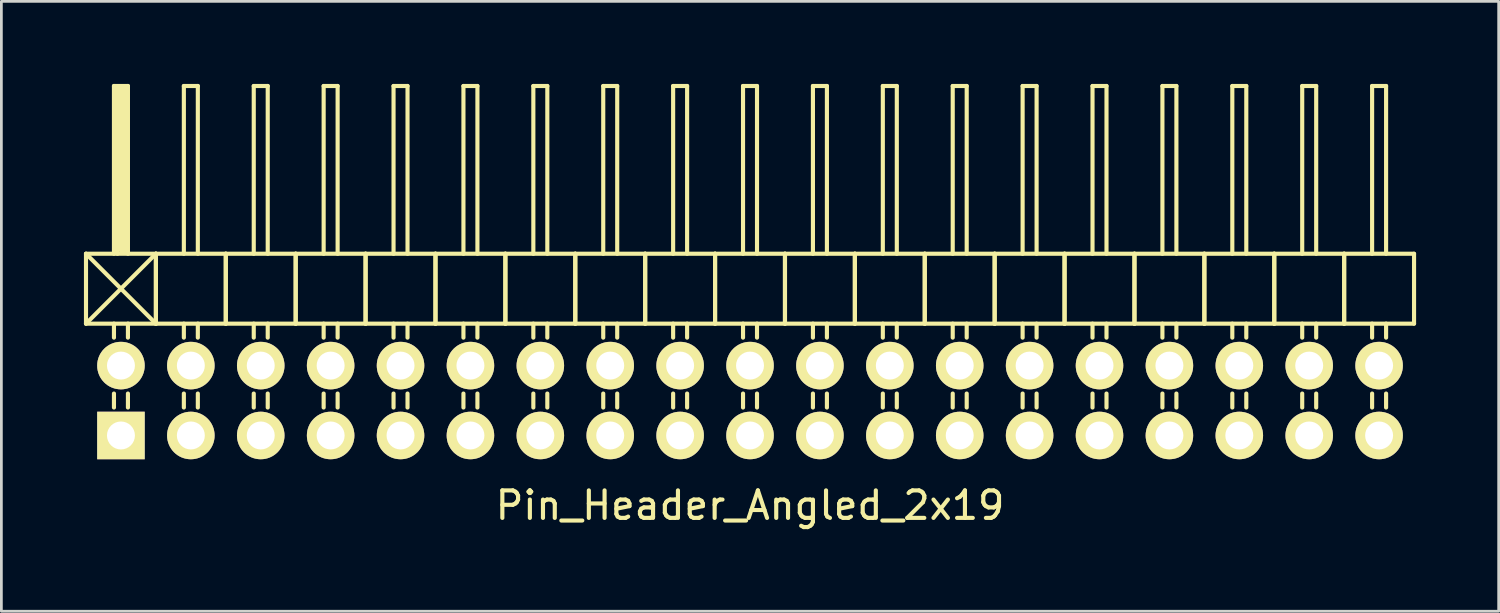
<source format=kicad_pcb>
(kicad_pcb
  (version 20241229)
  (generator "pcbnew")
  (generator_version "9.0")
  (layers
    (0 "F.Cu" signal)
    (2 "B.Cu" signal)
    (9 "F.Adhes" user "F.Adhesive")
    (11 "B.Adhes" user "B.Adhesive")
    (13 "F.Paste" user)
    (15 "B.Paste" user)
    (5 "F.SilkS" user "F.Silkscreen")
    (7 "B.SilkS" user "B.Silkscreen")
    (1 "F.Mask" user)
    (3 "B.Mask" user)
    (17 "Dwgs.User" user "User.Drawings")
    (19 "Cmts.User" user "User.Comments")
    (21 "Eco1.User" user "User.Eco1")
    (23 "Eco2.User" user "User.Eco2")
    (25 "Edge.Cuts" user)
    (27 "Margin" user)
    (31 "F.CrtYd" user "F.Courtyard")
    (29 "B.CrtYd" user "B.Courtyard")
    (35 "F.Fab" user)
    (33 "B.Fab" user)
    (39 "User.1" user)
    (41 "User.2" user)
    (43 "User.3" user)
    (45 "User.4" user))
  (footprint "Pin_Header_Angled_2x19"
    (layer "F.Cu")
    (at 24.205 11.505)
    (property "Reference" "Pin_Header_Angled_2x19" (at 0 3.81 0) (layer "F.SilkS") (effects (font (size 1 1) (thickness 0.15))))
    (attr through_hole)
    (fp_line (start -24.13 -5.334) (end -21.59 -2.794) (stroke (width 0.15) (type solid)) (layer "F.SilkS"))
    (fp_line (start -24.13 -2.794) (end -24.13 -5.334) (stroke (width 0.15) (type solid)) (layer "F.SilkS"))
    (fp_line (start -24.13 -2.794) (end -21.59 -5.334) (stroke (width 0.15) (type solid)) (layer "F.SilkS"))
    (fp_line (start -24.13 -2.794) (end -21.59 -2.794) (stroke (width 0.15) (type solid)) (layer "F.SilkS"))
    (fp_line (start -23.114 -11.43) (end -22.606 -11.43) (stroke (width 0.15) (type solid)) (layer "F.SilkS"))
    (fp_line (start -23.114 -5.334) (end -23.114 -11.43) (stroke (width 0.15) (type solid)) (layer "F.SilkS"))
    (fp_line (start -23.114 -2.794) (end -23.114 -2.286) (stroke (width 0.15) (type solid)) (layer "F.SilkS"))
    (fp_line (start -23.114 -0.254) (end -23.114 0.254) (stroke (width 0.15) (type solid)) (layer "F.SilkS"))
    (fp_line (start -22.987 -11.303) (end -22.733 -11.303) (stroke (width 0.15) (type solid)) (layer "F.SilkS"))
    (fp_line (start -22.987 -5.334) (end -22.987 -11.303) (stroke (width 0.15) (type solid)) (layer "F.SilkS"))
    (fp_line (start -22.86 -5.461) (end -22.86 -11.303) (stroke (width 0.15) (type solid)) (layer "F.SilkS"))
    (fp_line (start -22.733 -11.303) (end -22.733 -5.461) (stroke (width 0.15) (type solid)) (layer "F.SilkS"))
    (fp_line (start -22.733 -5.461) (end -22.86 -5.461) (stroke (width 0.15) (type solid)) (layer "F.SilkS"))
    (fp_line (start -22.606 -11.43) (end -22.606 -5.334) (stroke (width 0.15) (type solid)) (layer "F.SilkS"))
    (fp_line (start -22.606 -2.794) (end -22.606 -2.286) (stroke (width 0.15) (type solid)) (layer "F.SilkS"))
    (fp_line (start -22.606 -0.254) (end -22.606 0.254) (stroke (width 0.15) (type solid)) (layer "F.SilkS"))
    (fp_line (start -21.59 -5.334) (end -24.13 -5.334) (stroke (width 0.15) (type solid)) (layer "F.SilkS"))
    (fp_line (start -21.59 -2.794) (end -21.59 -5.334) (stroke (width 0.15) (type solid)) (layer "F.SilkS"))
    (fp_line (start -21.59 -2.794) (end -21.59 -5.334) (stroke (width 0.15) (type solid)) (layer "F.SilkS"))
    (fp_line (start -21.59 -2.794) (end -19.05 -2.794) (stroke (width 0.15) (type solid)) (layer "F.SilkS"))
    (fp_line (start -20.574 -11.43) (end -20.066 -11.43) (stroke (width 0.15) (type solid)) (layer "F.SilkS"))
    (fp_line (start -20.574 -5.334) (end -20.574 -11.43) (stroke (width 0.15) (type solid)) (layer "F.SilkS"))
    (fp_line (start -20.574 -2.794) (end -20.574 -2.286) (stroke (width 0.15) (type solid)) (layer "F.SilkS"))
    (fp_line (start -20.574 -0.254) (end -20.574 0.254) (stroke (width 0.15) (type solid)) (layer "F.SilkS"))
    (fp_line (start -20.066 -11.43) (end -20.066 -5.334) (stroke (width 0.15) (type solid)) (layer "F.SilkS"))
    (fp_line (start -20.066 -2.794) (end -20.066 -2.286) (stroke (width 0.15) (type solid)) (layer "F.SilkS"))
    (fp_line (start -20.066 -0.254) (end -20.066 0.254) (stroke (width 0.15) (type solid)) (layer "F.SilkS"))
    (fp_line (start -19.05 -5.334) (end -21.59 -5.334) (stroke (width 0.15) (type solid)) (layer "F.SilkS"))
    (fp_line (start -19.05 -2.794) (end -19.05 -5.334) (stroke (width 0.15) (type solid)) (layer "F.SilkS"))
    (fp_line (start -19.05 -2.794) (end -19.05 -5.334) (stroke (width 0.15) (type solid)) (layer "F.SilkS"))
    (fp_line (start -19.05 -2.794) (end -16.51 -2.794) (stroke (width 0.15) (type solid)) (layer "F.SilkS"))
    (fp_line (start -18.034 -11.43) (end -17.526 -11.43) (stroke (width 0.15) (type solid)) (layer "F.SilkS"))
    (fp_line (start -18.034 -5.334) (end -18.034 -11.43) (stroke (width 0.15) (type solid)) (layer "F.SilkS"))
    (fp_line (start -18.034 -2.794) (end -18.034 -2.286) (stroke (width 0.15) (type solid)) (layer "F.SilkS"))
    (fp_line (start -18.034 -0.254) (end -18.034 0.254) (stroke (width 0.15) (type solid)) (layer "F.SilkS"))
    (fp_line (start -17.526 -11.43) (end -17.526 -5.334) (stroke (width 0.15) (type solid)) (layer "F.SilkS"))
    (fp_line (start -17.526 -2.794) (end -17.526 -2.286) (stroke (width 0.15) (type solid)) (layer "F.SilkS"))
    (fp_line (start -17.526 -0.254) (end -17.526 0.254) (stroke (width 0.15) (type solid)) (layer "F.SilkS"))
    (fp_line (start -16.51 -5.334) (end -19.05 -5.334) (stroke (width 0.15) (type solid)) (layer "F.SilkS"))
    (fp_line (start -16.51 -2.794) (end -16.51 -5.334) (stroke (width 0.15) (type solid)) (layer "F.SilkS"))
    (fp_line (start -16.51 -2.794) (end -16.51 -5.334) (stroke (width 0.15) (type solid)) (layer "F.SilkS"))
    (fp_line (start -16.51 -2.794) (end -13.97 -2.794) (stroke (width 0.15) (type solid)) (layer "F.SilkS"))
    (fp_line (start -15.494 -11.43) (end -14.986 -11.43) (stroke (width 0.15) (type solid)) (layer "F.SilkS"))
    (fp_line (start -15.494 -5.334) (end -15.494 -11.43) (stroke (width 0.15) (type solid)) (layer "F.SilkS"))
    (fp_line (start -15.494 -2.794) (end -15.494 -2.286) (stroke (width 0.15) (type solid)) (layer "F.SilkS"))
    (fp_line (start -15.494 -0.254) (end -15.494 0.254) (stroke (width 0.15) (type solid)) (layer "F.SilkS"))
    (fp_line (start -14.986 -11.43) (end -14.986 -5.334) (stroke (width 0.15) (type solid)) (layer "F.SilkS"))
    (fp_line (start -14.986 -2.794) (end -14.986 -2.286) (stroke (width 0.15) (type solid)) (layer "F.SilkS"))
    (fp_line (start -14.986 -0.254) (end -14.986 0.254) (stroke (width 0.15) (type solid)) (layer "F.SilkS"))
    (fp_line (start -13.97 -5.334) (end -16.51 -5.334) (stroke (width 0.15) (type solid)) (layer "F.SilkS"))
    (fp_line (start -13.97 -2.794) (end -13.97 -5.334) (stroke (width 0.15) (type solid)) (layer "F.SilkS"))
    (fp_line (start -13.97 -2.794) (end -13.97 -5.334) (stroke (width 0.15) (type solid)) (layer "F.SilkS"))
    (fp_line (start -13.97 -2.794) (end -11.43 -2.794) (stroke (width 0.15) (type solid)) (layer "F.SilkS"))
    (fp_line (start -12.954 -11.43) (end -12.446 -11.43) (stroke (width 0.15) (type solid)) (layer "F.SilkS"))
    (fp_line (start -12.954 -5.334) (end -12.954 -11.43) (stroke (width 0.15) (type solid)) (layer "F.SilkS"))
    (fp_line (start -12.954 -2.794) (end -12.954 -2.286) (stroke (width 0.15) (type solid)) (layer "F.SilkS"))
    (fp_line (start -12.954 -0.254) (end -12.954 0.254) (stroke (width 0.15) (type solid)) (layer "F.SilkS"))
    (fp_line (start -12.446 -11.43) (end -12.446 -5.334) (stroke (width 0.15) (type solid)) (layer "F.SilkS"))
    (fp_line (start -12.446 -2.794) (end -12.446 -2.286) (stroke (width 0.15) (type solid)) (layer "F.SilkS"))
    (fp_line (start -12.446 -0.254) (end -12.446 0.254) (stroke (width 0.15) (type solid)) (layer "F.SilkS"))
    (fp_line (start -11.43 -5.334) (end -13.97 -5.334) (stroke (width 0.15) (type solid)) (layer "F.SilkS"))
    (fp_line (start -11.43 -2.794) (end -11.43 -5.334) (stroke (width 0.15) (type solid)) (layer "F.SilkS"))
    (fp_line (start -11.43 -2.794) (end -11.43 -5.334) (stroke (width 0.15) (type solid)) (layer "F.SilkS"))
    (fp_line (start -11.43 -2.794) (end -8.89 -2.794) (stroke (width 0.15) (type solid)) (layer "F.SilkS"))
    (fp_line (start -10.414 -11.43) (end -9.906 -11.43) (stroke (width 0.15) (type solid)) (layer "F.SilkS"))
    (fp_line (start -10.414 -5.334) (end -10.414 -11.43) (stroke (width 0.15) (type solid)) (layer "F.SilkS"))
    (fp_line (start -10.414 -2.794) (end -10.414 -2.286) (stroke (width 0.15) (type solid)) (layer "F.SilkS"))
    (fp_line (start -10.414 -0.254) (end -10.414 0.254) (stroke (width 0.15) (type solid)) (layer "F.SilkS"))
    (fp_line (start -9.906 -11.43) (end -9.906 -5.334) (stroke (width 0.15) (type solid)) (layer "F.SilkS"))
    (fp_line (start -9.906 -2.794) (end -9.906 -2.286) (stroke (width 0.15) (type solid)) (layer "F.SilkS"))
    (fp_line (start -9.906 -0.254) (end -9.906 0.254) (stroke (width 0.15) (type solid)) (layer "F.SilkS"))
    (fp_line (start -8.89 -5.334) (end -11.43 -5.334) (stroke (width 0.15) (type solid)) (layer "F.SilkS"))
    (fp_line (start -8.89 -2.794) (end -8.89 -5.334) (stroke (width 0.15) (type solid)) (layer "F.SilkS"))
    (fp_line (start -8.89 -2.794) (end -8.89 -5.334) (stroke (width 0.15) (type solid)) (layer "F.SilkS"))
    (fp_line (start -8.89 -2.794) (end -6.35 -2.794) (stroke (width 0.15) (type solid)) (layer "F.SilkS"))
    (fp_line (start -7.874 -11.43) (end -7.366 -11.43) (stroke (width 0.15) (type solid)) (layer "F.SilkS"))
    (fp_line (start -7.874 -5.334) (end -7.874 -11.43) (stroke (width 0.15) (type solid)) (layer "F.SilkS"))
    (fp_line (start -7.874 -2.794) (end -7.874 -2.286) (stroke (width 0.15) (type solid)) (layer "F.SilkS"))
    (fp_line (start -7.874 -0.254) (end -7.874 0.254) (stroke (width 0.15) (type solid)) (layer "F.SilkS"))
    (fp_line (start -7.366 -11.43) (end -7.366 -5.334) (stroke (width 0.15) (type solid)) (layer "F.SilkS"))
    (fp_line (start -7.366 -2.794) (end -7.366 -2.286) (stroke (width 0.15) (type solid)) (layer "F.SilkS"))
    (fp_line (start -7.366 -0.254) (end -7.366 0.254) (stroke (width 0.15) (type solid)) (layer "F.SilkS"))
    (fp_line (start -6.35 -5.334) (end -8.89 -5.334) (stroke (width 0.15) (type solid)) (layer "F.SilkS"))
    (fp_line (start -6.35 -2.794) (end -6.35 -5.334) (stroke (width 0.15) (type solid)) (layer "F.SilkS"))
    (fp_line (start -6.35 -2.794) (end -6.35 -5.334) (stroke (width 0.15) (type solid)) (layer "F.SilkS"))
    (fp_line (start -6.35 -2.794) (end -3.81 -2.794) (stroke (width 0.15) (type solid)) (layer "F.SilkS"))
    (fp_line (start -5.334 -11.43) (end -4.826 -11.43) (stroke (width 0.15) (type solid)) (layer "F.SilkS"))
    (fp_line (start -5.334 -5.334) (end -5.334 -11.43) (stroke (width 0.15) (type solid)) (layer "F.SilkS"))
    (fp_line (start -5.334 -2.794) (end -5.334 -2.286) (stroke (width 0.15) (type solid)) (layer "F.SilkS"))
    (fp_line (start -5.334 -0.254) (end -5.334 0.254) (stroke (width 0.15) (type solid)) (layer "F.SilkS"))
    (fp_line (start -4.826 -11.43) (end -4.826 -5.334) (stroke (width 0.15) (type solid)) (layer "F.SilkS"))
    (fp_line (start -4.826 -2.794) (end -4.826 -2.286) (stroke (width 0.15) (type solid)) (layer "F.SilkS"))
    (fp_line (start -4.826 -0.254) (end -4.826 0.254) (stroke (width 0.15) (type solid)) (layer "F.SilkS"))
    (fp_line (start -3.81 -5.334) (end -6.35 -5.334) (stroke (width 0.15) (type solid)) (layer "F.SilkS"))
    (fp_line (start -3.81 -2.794) (end -3.81 -5.334) (stroke (width 0.15) (type solid)) (layer "F.SilkS"))
    (fp_line (start -3.81 -2.794) (end -3.81 -5.334) (stroke (width 0.15) (type solid)) (layer "F.SilkS"))
    (fp_line (start -3.81 -2.794) (end -1.27 -2.794) (stroke (width 0.15) (type solid)) (layer "F.SilkS"))
    (fp_line (start -2.794 -11.43) (end -2.286 -11.43) (stroke (width 0.15) (type solid)) (layer "F.SilkS"))
    (fp_line (start -2.794 -5.334) (end -2.794 -11.43) (stroke (width 0.15) (type solid)) (layer "F.SilkS"))
    (fp_line (start -2.794 -2.794) (end -2.794 -2.286) (stroke (width 0.15) (type solid)) (layer "F.SilkS"))
    (fp_line (start -2.794 -0.254) (end -2.794 0.254) (stroke (width 0.15) (type solid)) (layer "F.SilkS"))
    (fp_line (start -2.286 -11.43) (end -2.286 -5.334) (stroke (width 0.15) (type solid)) (layer "F.SilkS"))
    (fp_line (start -2.286 -2.794) (end -2.286 -2.286) (stroke (width 0.15) (type solid)) (layer "F.SilkS"))
    (fp_line (start -2.286 -0.254) (end -2.286 0.254) (stroke (width 0.15) (type solid)) (layer "F.SilkS"))
    (fp_line (start -1.27 -5.334) (end -3.81 -5.334) (stroke (width 0.15) (type solid)) (layer "F.SilkS"))
    (fp_line (start -1.27 -2.794) (end -1.27 -5.334) (stroke (width 0.15) (type solid)) (layer "F.SilkS"))
    (fp_line (start -1.27 -2.794) (end -1.27 -5.334) (stroke (width 0.15) (type solid)) (layer "F.SilkS"))
    (fp_line (start -1.27 -2.794) (end 1.27 -2.794) (stroke (width 0.15) (type solid)) (layer "F.SilkS"))
    (fp_line (start -0.254 -11.43) (end 0.254 -11.43) (stroke (width 0.15) (type solid)) (layer "F.SilkS"))
    (fp_line (start -0.254 -5.334) (end -0.254 -11.43) (stroke (width 0.15) (type solid)) (layer "F.SilkS"))
    (fp_line (start -0.254 -2.794) (end -0.254 -2.286) (stroke (width 0.15) (type solid)) (layer "F.SilkS"))
    (fp_line (start -0.254 -0.254) (end -0.254 0.254) (stroke (width 0.15) (type solid)) (layer "F.SilkS"))
    (fp_line (start 0.254 -11.43) (end 0.254 -5.334) (stroke (width 0.15) (type solid)) (layer "F.SilkS"))
    (fp_line (start 0.254 -2.794) (end 0.254 -2.286) (stroke (width 0.15) (type solid)) (layer "F.SilkS"))
    (fp_line (start 0.254 -0.254) (end 0.254 0.254) (stroke (width 0.15) (type solid)) (layer "F.SilkS"))
    (fp_line (start 1.27 -5.334) (end -1.27 -5.334) (stroke (width 0.15) (type solid)) (layer "F.SilkS"))
    (fp_line (start 1.27 -2.794) (end 1.27 -5.334) (stroke (width 0.15) (type solid)) (layer "F.SilkS"))
    (fp_line (start 1.27 -2.794) (end 1.27 -5.334) (stroke (width 0.15) (type solid)) (layer "F.SilkS"))
    (fp_line (start 1.27 -2.794) (end 3.81 -2.794) (stroke (width 0.15) (type solid)) (layer "F.SilkS"))
    (fp_line (start 2.286 -11.43) (end 2.794 -11.43) (stroke (width 0.15) (type solid)) (layer "F.SilkS"))
    (fp_line (start 2.286 -5.334) (end 2.286 -11.43) (stroke (width 0.15) (type solid)) (layer "F.SilkS"))
    (fp_line (start 2.286 -2.794) (end 2.286 -2.286) (stroke (width 0.15) (type solid)) (layer "F.SilkS"))
    (fp_line (start 2.286 -0.254) (end 2.286 0.254) (stroke (width 0.15) (type solid)) (layer "F.SilkS"))
    (fp_line (start 2.794 -11.43) (end 2.794 -5.334) (stroke (width 0.15) (type solid)) (layer "F.SilkS"))
    (fp_line (start 2.794 -2.794) (end 2.794 -2.286) (stroke (width 0.15) (type solid)) (layer "F.SilkS"))
    (fp_line (start 2.794 -0.254) (end 2.794 0.254) (stroke (width 0.15) (type solid)) (layer "F.SilkS"))
    (fp_line (start 3.81 -5.334) (end 1.27 -5.334) (stroke (width 0.15) (type solid)) (layer "F.SilkS"))
    (fp_line (start 3.81 -2.794) (end 3.81 -5.334) (stroke (width 0.15) (type solid)) (layer "F.SilkS"))
    (fp_line (start 3.81 -2.794) (end 3.81 -5.334) (stroke (width 0.15) (type solid)) (layer "F.SilkS"))
    (fp_line (start 3.81 -2.794) (end 6.35 -2.794) (stroke (width 0.15) (type solid)) (layer "F.SilkS"))
    (fp_line (start 4.826 -11.43) (end 5.334 -11.43) (stroke (width 0.15) (type solid)) (layer "F.SilkS"))
    (fp_line (start 4.826 -5.334) (end 4.826 -11.43) (stroke (width 0.15) (type solid)) (layer "F.SilkS"))
    (fp_line (start 4.826 -2.794) (end 4.826 -2.286) (stroke (width 0.15) (type solid)) (layer "F.SilkS"))
    (fp_line (start 4.826 -0.254) (end 4.826 0.254) (stroke (width 0.15) (type solid)) (layer "F.SilkS"))
    (fp_line (start 5.334 -11.43) (end 5.334 -5.334) (stroke (width 0.15) (type solid)) (layer "F.SilkS"))
    (fp_line (start 5.334 -2.794) (end 5.334 -2.286) (stroke (width 0.15) (type solid)) (layer "F.SilkS"))
    (fp_line (start 5.334 -0.254) (end 5.334 0.254) (stroke (width 0.15) (type solid)) (layer "F.SilkS"))
    (fp_line (start 6.35 -5.334) (end 3.81 -5.334) (stroke (width 0.15) (type solid)) (layer "F.SilkS"))
    (fp_line (start 6.35 -2.794) (end 6.35 -5.334) (stroke (width 0.15) (type solid)) (layer "F.SilkS"))
    (fp_line (start 6.35 -2.794) (end 6.35 -5.334) (stroke (width 0.15) (type solid)) (layer "F.SilkS"))
    (fp_line (start 6.35 -2.794) (end 8.89 -2.794) (stroke (width 0.15) (type solid)) (layer "F.SilkS"))
    (fp_line (start 7.366 -11.43) (end 7.874 -11.43) (stroke (width 0.15) (type solid)) (layer "F.SilkS"))
    (fp_line (start 7.366 -5.334) (end 7.366 -11.43) (stroke (width 0.15) (type solid)) (layer "F.SilkS"))
    (fp_line (start 7.366 -2.794) (end 7.366 -2.286) (stroke (width 0.15) (type solid)) (layer "F.SilkS"))
    (fp_line (start 7.366 -0.254) (end 7.366 0.254) (stroke (width 0.15) (type solid)) (layer "F.SilkS"))
    (fp_line (start 7.874 -11.43) (end 7.874 -5.334) (stroke (width 0.15) (type solid)) (layer "F.SilkS"))
    (fp_line (start 7.874 -2.794) (end 7.874 -2.286) (stroke (width 0.15) (type solid)) (layer "F.SilkS"))
    (fp_line (start 7.874 -0.254) (end 7.874 0.254) (stroke (width 0.15) (type solid)) (layer "F.SilkS"))
    (fp_line (start 8.89 -5.334) (end 6.35 -5.334) (stroke (width 0.15) (type solid)) (layer "F.SilkS"))
    (fp_line (start 8.89 -2.794) (end 8.89 -5.334) (stroke (width 0.15) (type solid)) (layer "F.SilkS"))
    (fp_line (start 8.89 -2.794) (end 8.89 -5.334) (stroke (width 0.15) (type solid)) (layer "F.SilkS"))
    (fp_line (start 8.89 -2.794) (end 11.43 -2.794) (stroke (width 0.15) (type solid)) (layer "F.SilkS"))
    (fp_line (start 9.906 -11.43) (end 10.414 -11.43) (stroke (width 0.15) (type solid)) (layer "F.SilkS"))
    (fp_line (start 9.906 -5.334) (end 9.906 -11.43) (stroke (width 0.15) (type solid)) (layer "F.SilkS"))
    (fp_line (start 9.906 -2.794) (end 9.906 -2.286) (stroke (width 0.15) (type solid)) (layer "F.SilkS"))
    (fp_line (start 9.906 -0.254) (end 9.906 0.254) (stroke (width 0.15) (type solid)) (layer "F.SilkS"))
    (fp_line (start 10.414 -11.43) (end 10.414 -5.334) (stroke (width 0.15) (type solid)) (layer "F.SilkS"))
    (fp_line (start 10.414 -2.794) (end 10.414 -2.286) (stroke (width 0.15) (type solid)) (layer "F.SilkS"))
    (fp_line (start 10.414 -0.254) (end 10.414 0.254) (stroke (width 0.15) (type solid)) (layer "F.SilkS"))
    (fp_line (start 11.43 -5.334) (end 8.89 -5.334) (stroke (width 0.15) (type solid)) (layer "F.SilkS"))
    (fp_line (start 11.43 -2.794) (end 11.43 -5.334) (stroke (width 0.15) (type solid)) (layer "F.SilkS"))
    (fp_line (start 11.43 -2.794) (end 11.43 -5.334) (stroke (width 0.15) (type solid)) (layer "F.SilkS"))
    (fp_line (start 11.43 -2.794) (end 13.97 -2.794) (stroke (width 0.15) (type solid)) (layer "F.SilkS"))
    (fp_line (start 12.446 -11.43) (end 12.954 -11.43) (stroke (width 0.15) (type solid)) (layer "F.SilkS"))
    (fp_line (start 12.446 -5.334) (end 12.446 -11.43) (stroke (width 0.15) (type solid)) (layer "F.SilkS"))
    (fp_line (start 12.446 -2.794) (end 12.446 -2.286) (stroke (width 0.15) (type solid)) (layer "F.SilkS"))
    (fp_line (start 12.446 -0.254) (end 12.446 0.254) (stroke (width 0.15) (type solid)) (layer "F.SilkS"))
    (fp_line (start 12.954 -11.43) (end 12.954 -5.334) (stroke (width 0.15) (type solid)) (layer "F.SilkS"))
    (fp_line (start 12.954 -2.794) (end 12.954 -2.286) (stroke (width 0.15) (type solid)) (layer "F.SilkS"))
    (fp_line (start 12.954 -0.254) (end 12.954 0.254) (stroke (width 0.15) (type solid)) (layer "F.SilkS"))
    (fp_line (start 13.97 -5.334) (end 11.43 -5.334) (stroke (width 0.15) (type solid)) (layer "F.SilkS"))
    (fp_line (start 13.97 -2.794) (end 13.97 -5.334) (stroke (width 0.15) (type solid)) (layer "F.SilkS"))
    (fp_line (start 13.97 -2.794) (end 13.97 -5.334) (stroke (width 0.15) (type solid)) (layer "F.SilkS"))
    (fp_line (start 13.97 -2.794) (end 16.51 -2.794) (stroke (width 0.15) (type solid)) (layer "F.SilkS"))
    (fp_line (start 14.986 -11.43) (end 15.494 -11.43) (stroke (width 0.15) (type solid)) (layer "F.SilkS"))
    (fp_line (start 14.986 -5.334) (end 14.986 -11.43) (stroke (width 0.15) (type solid)) (layer "F.SilkS"))
    (fp_line (start 14.986 -2.794) (end 14.986 -2.286) (stroke (width 0.15) (type solid)) (layer "F.SilkS"))
    (fp_line (start 14.986 -0.254) (end 14.986 0.254) (stroke (width 0.15) (type solid)) (layer "F.SilkS"))
    (fp_line (start 15.494 -11.43) (end 15.494 -5.334) (stroke (width 0.15) (type solid)) (layer "F.SilkS"))
    (fp_line (start 15.494 -2.794) (end 15.494 -2.286) (stroke (width 0.15) (type solid)) (layer "F.SilkS"))
    (fp_line (start 15.494 -0.254) (end 15.494 0.254) (stroke (width 0.15) (type solid)) (layer "F.SilkS"))
    (fp_line (start 16.51 -5.334) (end 13.97 -5.334) (stroke (width 0.15) (type solid)) (layer "F.SilkS"))
    (fp_line (start 16.51 -2.794) (end 16.51 -5.334) (stroke (width 0.15) (type solid)) (layer "F.SilkS"))
    (fp_line (start 16.51 -2.794) (end 16.51 -5.334) (stroke (width 0.15) (type solid)) (layer "F.SilkS"))
    (fp_line (start 16.51 -2.794) (end 19.05 -2.794) (stroke (width 0.15) (type solid)) (layer "F.SilkS"))
    (fp_line (start 17.526 -11.43) (end 18.034 -11.43) (stroke (width 0.15) (type solid)) (layer "F.SilkS"))
    (fp_line (start 17.526 -5.334) (end 17.526 -11.43) (stroke (width 0.15) (type solid)) (layer "F.SilkS"))
    (fp_line (start 17.526 -2.794) (end 17.526 -2.286) (stroke (width 0.15) (type solid)) (layer "F.SilkS"))
    (fp_line (start 17.526 -0.254) (end 17.526 0.254) (stroke (width 0.15) (type solid)) (layer "F.SilkS"))
    (fp_line (start 18.034 -11.43) (end 18.034 -5.334) (stroke (width 0.15) (type solid)) (layer "F.SilkS"))
    (fp_line (start 18.034 -2.794) (end 18.034 -2.286) (stroke (width 0.15) (type solid)) (layer "F.SilkS"))
    (fp_line (start 18.034 -0.254) (end 18.034 0.254) (stroke (width 0.15) (type solid)) (layer "F.SilkS"))
    (fp_line (start 19.05 -5.334) (end 16.51 -5.334) (stroke (width 0.15) (type solid)) (layer "F.SilkS"))
    (fp_line (start 19.05 -2.794) (end 19.05 -5.334) (stroke (width 0.15) (type solid)) (layer "F.SilkS"))
    (fp_line (start 19.05 -2.794) (end 19.05 -5.334) (stroke (width 0.15) (type solid)) (layer "F.SilkS"))
    (fp_line (start 19.05 -2.794) (end 21.59 -2.794) (stroke (width 0.15) (type solid)) (layer "F.SilkS"))
    (fp_line (start 20.066 -11.43) (end 20.574 -11.43) (stroke (width 0.15) (type solid)) (layer "F.SilkS"))
    (fp_line (start 20.066 -5.334) (end 20.066 -11.43) (stroke (width 0.15) (type solid)) (layer "F.SilkS"))
    (fp_line (start 20.066 -2.794) (end 20.066 -2.286) (stroke (width 0.15) (type solid)) (layer "F.SilkS"))
    (fp_line (start 20.066 -0.254) (end 20.066 0.254) (stroke (width 0.15) (type solid)) (layer "F.SilkS"))
    (fp_line (start 20.574 -11.43) (end 20.574 -5.334) (stroke (width 0.15) (type solid)) (layer "F.SilkS"))
    (fp_line (start 20.574 -2.794) (end 20.574 -2.286) (stroke (width 0.15) (type solid)) (layer "F.SilkS"))
    (fp_line (start 20.574 -0.254) (end 20.574 0.254) (stroke (width 0.15) (type solid)) (layer "F.SilkS"))
    (fp_line (start 21.59 -5.334) (end 19.05 -5.334) (stroke (width 0.15) (type solid)) (layer "F.SilkS"))
    (fp_line (start 21.59 -2.794) (end 21.59 -5.334) (stroke (width 0.15) (type solid)) (layer "F.SilkS"))
    (fp_line (start 21.59 -2.794) (end 21.59 -5.334) (stroke (width 0.15) (type solid)) (layer "F.SilkS"))
    (fp_line (start 21.59 -2.794) (end 24.13 -2.794) (stroke (width 0.15) (type solid)) (layer "F.SilkS"))
    (fp_line (start 22.606 -11.43) (end 23.114 -11.43) (stroke (width 0.15) (type solid)) (layer "F.SilkS"))
    (fp_line (start 22.606 -5.334) (end 22.606 -11.43) (stroke (width 0.15) (type solid)) (layer "F.SilkS"))
    (fp_line (start 22.606 -2.794) (end 22.606 -2.286) (stroke (width 0.15) (type solid)) (layer "F.SilkS"))
    (fp_line (start 22.606 -0.254) (end 22.606 0.254) (stroke (width 0.15) (type solid)) (layer "F.SilkS"))
    (fp_line (start 23.114 -11.43) (end 23.114 -5.334) (stroke (width 0.15) (type solid)) (layer "F.SilkS"))
    (fp_line (start 23.114 -2.794) (end 23.114 -2.286) (stroke (width 0.15) (type solid)) (layer "F.SilkS"))
    (fp_line (start 23.114 -0.254) (end 23.114 0.254) (stroke (width 0.15) (type solid)) (layer "F.SilkS"))
    (fp_line (start 24.13 -5.334) (end 21.59 -5.334) (stroke (width 0.15) (type solid)) (layer "F.SilkS"))
    (fp_line (start 24.13 -2.794) (end 24.13 -5.334) (stroke (width 0.15) (type solid)) (layer "F.SilkS"))
    (pad "1" thru_hole rect (at -22.86 1.27) (size 1.727 1.727) (drill 1.016) (layers "*.Cu" "*.Mask" "F.SilkS"))
    (pad "2" thru_hole oval (at -22.86 -1.27) (size 1.727 1.727) (drill 1.016) (layers "*.Cu" "*.Mask" "F.SilkS"))
    (pad "3" thru_hole oval (at -20.32 1.27) (size 1.727 1.727) (drill 1.016) (layers "*.Cu" "*.Mask" "F.SilkS"))
    (pad "4" thru_hole oval (at -20.32 -1.27) (size 1.727 1.727) (drill 1.016) (layers "*.Cu" "*.Mask" "F.SilkS"))
    (pad "5" thru_hole oval (at -17.78 1.27) (size 1.727 1.727) (drill 1.016) (layers "*.Cu" "*.Mask" "F.SilkS"))
    (pad "6" thru_hole oval (at -17.78 -1.27) (size 1.727 1.727) (drill 1.016) (layers "*.Cu" "*.Mask" "F.SilkS"))
    (pad "7" thru_hole oval (at -15.24 1.27) (size 1.727 1.727) (drill 1.016) (layers "*.Cu" "*.Mask" "F.SilkS"))
    (pad "8" thru_hole oval (at -15.24 -1.27) (size 1.727 1.727) (drill 1.016) (layers "*.Cu" "*.Mask" "F.SilkS"))
    (pad "9" thru_hole oval (at -12.7 1.27) (size 1.727 1.727) (drill 1.016) (layers "*.Cu" "*.Mask" "F.SilkS"))
    (pad "10" thru_hole oval (at -12.7 -1.27) (size 1.727 1.727) (drill 1.016) (layers "*.Cu" "*.Mask" "F.SilkS"))
    (pad "11" thru_hole oval (at -10.16 1.27) (size 1.727 1.727) (drill 1.016) (layers "*.Cu" "*.Mask" "F.SilkS"))
    (pad "12" thru_hole oval (at -10.16 -1.27) (size 1.727 1.727) (drill 1.016) (layers "*.Cu" "*.Mask" "F.SilkS"))
    (pad "13" thru_hole oval (at -7.62 1.27) (size 1.727 1.727) (drill 1.016) (layers "*.Cu" "*.Mask" "F.SilkS"))
    (pad "14" thru_hole oval (at -7.62 -1.27) (size 1.727 1.727) (drill 1.016) (layers "*.Cu" "*.Mask" "F.SilkS"))
    (pad "15" thru_hole oval (at -5.08 1.27) (size 1.727 1.727) (drill 1.016) (layers "*.Cu" "*.Mask" "F.SilkS"))
    (pad "16" thru_hole oval (at -5.08 -1.27) (size 1.727 1.727) (drill 1.016) (layers "*.Cu" "*.Mask" "F.SilkS"))
    (pad "17" thru_hole oval (at -2.54 1.27) (size 1.727 1.727) (drill 1.016) (layers "*.Cu" "*.Mask" "F.SilkS"))
    (pad "18" thru_hole oval (at -2.54 -1.27) (size 1.727 1.727) (drill 1.016) (layers "*.Cu" "*.Mask" "F.SilkS"))
    (pad "19" thru_hole oval (at 0 1.27) (size 1.727 1.727) (drill 1.016) (layers "*.Cu" "*.Mask" "F.SilkS"))
    (pad "20" thru_hole oval (at 0 -1.27) (size 1.727 1.727) (drill 1.016) (layers "*.Cu" "*.Mask" "F.SilkS"))
    (pad "21" thru_hole oval (at 2.54 1.27) (size 1.727 1.727) (drill 1.016) (layers "*.Cu" "*.Mask" "F.SilkS"))
    (pad "22" thru_hole oval (at 2.54 -1.27) (size 1.727 1.727) (drill 1.016) (layers "*.Cu" "*.Mask" "F.SilkS"))
    (pad "23" thru_hole oval (at 5.08 1.27) (size 1.727 1.727) (drill 1.016) (layers "*.Cu" "*.Mask" "F.SilkS"))
    (pad "24" thru_hole oval (at 5.08 -1.27) (size 1.727 1.727) (drill 1.016) (layers "*.Cu" "*.Mask" "F.SilkS"))
    (pad "25" thru_hole oval (at 7.62 1.27) (size 1.727 1.727) (drill 1.016) (layers "*.Cu" "*.Mask" "F.SilkS"))
    (pad "26" thru_hole oval (at 7.62 -1.27) (size 1.727 1.727) (drill 1.016) (layers "*.Cu" "*.Mask" "F.SilkS"))
    (pad "27" thru_hole oval (at 10.16 1.27) (size 1.727 1.727) (drill 1.016) (layers "*.Cu" "*.Mask" "F.SilkS"))
    (pad "28" thru_hole oval (at 10.16 -1.27) (size 1.727 1.727) (drill 1.016) (layers "*.Cu" "*.Mask" "F.SilkS"))
    (pad "29" thru_hole oval (at 12.7 1.27) (size 1.727 1.727) (drill 1.016) (layers "*.Cu" "*.Mask" "F.SilkS"))
    (pad "30" thru_hole oval (at 12.7 -1.27) (size 1.727 1.727) (drill 1.016) (layers "*.Cu" "*.Mask" "F.SilkS"))
    (pad "31" thru_hole oval (at 15.24 1.27) (size 1.727 1.727) (drill 1.016) (layers "*.Cu" "*.Mask" "F.SilkS"))
    (pad "32" thru_hole oval (at 15.24 -1.27) (size 1.727 1.727) (drill 1.016) (layers "*.Cu" "*.Mask" "F.SilkS"))
    (pad "33" thru_hole oval (at 17.78 1.27) (size 1.727 1.727) (drill 1.016) (layers "*.Cu" "*.Mask" "F.SilkS"))
    (pad "34" thru_hole oval (at 17.78 -1.27) (size 1.727 1.727) (drill 1.016) (layers "*.Cu" "*.Mask" "F.SilkS"))
    (pad "35" thru_hole oval (at 20.32 1.27) (size 1.727 1.727) (drill 1.016) (layers "*.Cu" "*.Mask" "F.SilkS"))
    (pad "36" thru_hole oval (at 20.32 -1.27) (size 1.727 1.727) (drill 1.016) (layers "*.Cu" "*.Mask" "F.SilkS"))
    (pad "37" thru_hole oval (at 22.86 1.27) (size 1.727 1.727) (drill 1.016) (layers "*.Cu" "*.Mask" "F.SilkS"))
    (pad "38" thru_hole oval (at 22.86 -1.27) (size 1.727 1.727) (drill 1.016) (layers "*.Cu" "*.Mask" "F.SilkS")))
  (gr_rect
    (start -3 -3)
    (end 51.41 19.163)
    (stroke (width 0.1) (type default))
    (fill no)
    (layer "Edge.Cuts")))
</source>
